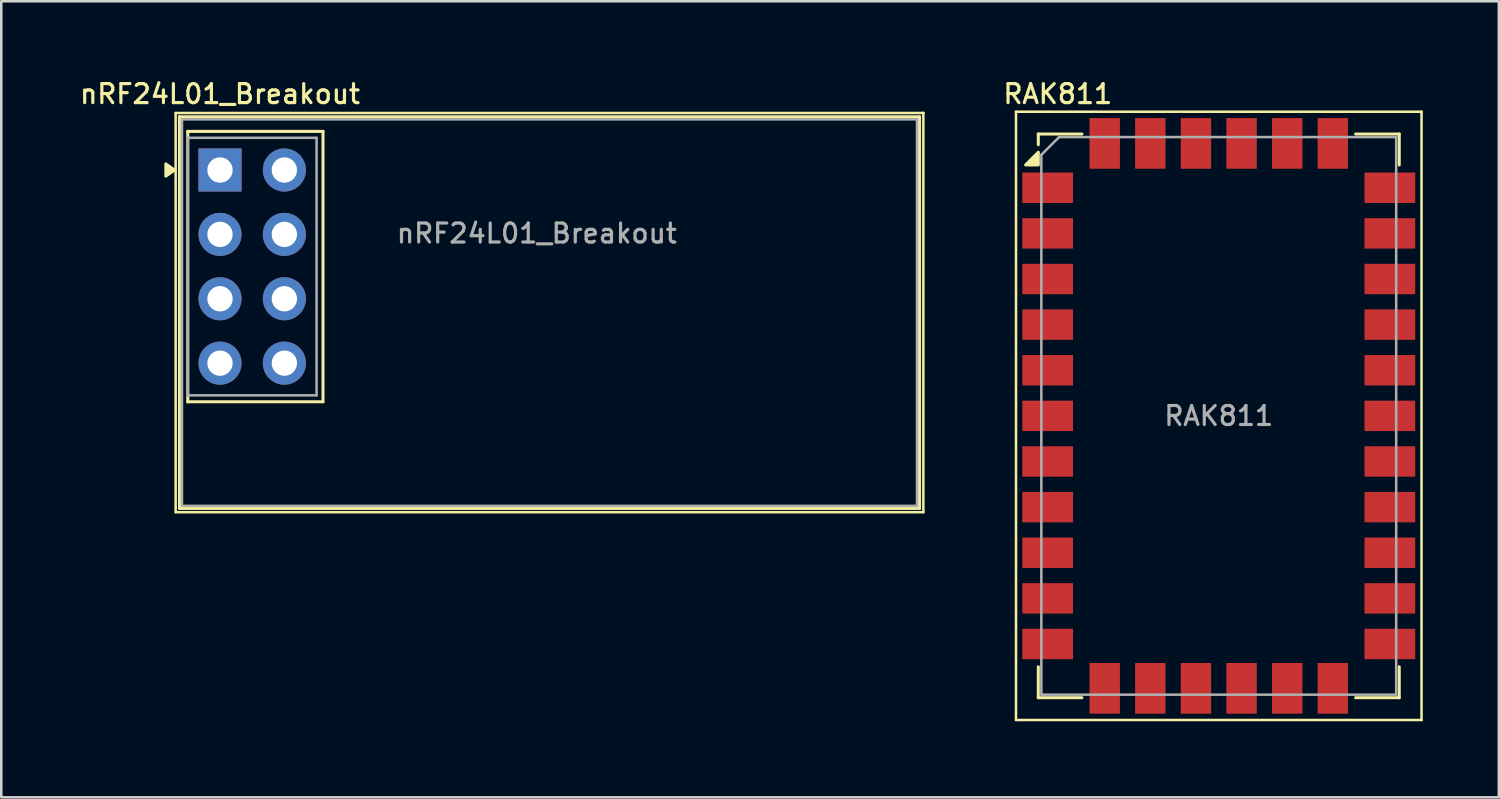
<source format=kicad_pcb>
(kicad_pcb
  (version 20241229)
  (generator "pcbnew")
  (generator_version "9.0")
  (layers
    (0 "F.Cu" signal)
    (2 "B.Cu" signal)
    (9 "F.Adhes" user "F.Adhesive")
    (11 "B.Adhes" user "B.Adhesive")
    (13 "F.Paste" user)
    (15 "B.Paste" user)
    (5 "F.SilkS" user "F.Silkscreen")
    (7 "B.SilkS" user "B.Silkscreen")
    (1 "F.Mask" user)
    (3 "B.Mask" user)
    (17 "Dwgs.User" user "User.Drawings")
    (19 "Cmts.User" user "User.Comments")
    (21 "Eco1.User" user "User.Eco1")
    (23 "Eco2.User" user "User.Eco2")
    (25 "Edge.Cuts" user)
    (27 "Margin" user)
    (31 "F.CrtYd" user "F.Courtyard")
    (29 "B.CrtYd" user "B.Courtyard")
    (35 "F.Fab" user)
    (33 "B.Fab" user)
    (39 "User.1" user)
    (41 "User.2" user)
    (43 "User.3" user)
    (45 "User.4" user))
  (footprint "nRF24L01_Breakout"
    (layer "F.Cu")
    (at 5.63 3.658)
    (property "Reference" "nRF24L01_Breakout" (at 0 -3 0) (layer "F.SilkS") (effects (font (size 0.75 0.75) (thickness 0.125))))
    (attr through_hole)
    (fp_line (start -1.75 -2.25) (end -1.75 13.5) (stroke (width 0.1) (type solid)) (layer "F.SilkS"))
    (fp_line (start -1.75 13.5) (end 27.75 13.5) (stroke (width 0.1) (type solid)) (layer "F.SilkS"))
    (fp_line (start -1.6 -2.1) (end -1.6 -2.1) (stroke (width 0.12) (type solid)) (layer "F.SilkS"))
    (fp_line (start -1.6 -2.1) (end 27.6 -2.1) (stroke (width 0.12) (type solid)) (layer "F.SilkS"))
    (fp_line (start -1.6 13.35) (end -1.6 -2.1) (stroke (width 0.12) (type solid)) (layer "F.SilkS"))
    (fp_line (start -1.27 -1.524) (end -1.27 -1.524) (stroke (width 0.12) (type solid)) (layer "F.SilkS"))
    (fp_line (start -1.27 -1.524) (end 4.064 -1.524) (stroke (width 0.12) (type solid)) (layer "F.SilkS"))
    (fp_line (start -1.27 9.144) (end -1.27 -1.524) (stroke (width 0.12) (type solid)) (layer "F.SilkS"))
    (fp_line (start -1.27 9.144) (end -1.27 9.144) (stroke (width 0.12) (type solid)) (layer "F.SilkS"))
    (fp_line (start 4.064 -1.524) (end 4.064 9.144) (stroke (width 0.12) (type solid)) (layer "F.SilkS"))
    (fp_line (start 4.064 9.144) (end -1.27 9.144) (stroke (width 0.12) (type solid)) (layer "F.SilkS"))
    (fp_line (start 27.6 -2.1) (end 27.6 13.35) (stroke (width 0.12) (type solid)) (layer "F.SilkS"))
    (fp_line (start 27.6 13.35) (end -1.6 13.35) (stroke (width 0.12) (type solid)) (layer "F.SilkS"))
    (fp_line (start 27.75 -2.25) (end -1.75 -2.25) (stroke (width 0.1) (type solid)) (layer "F.SilkS"))
    (fp_line (start 27.75 -2.25) (end 27.75 -2.25) (stroke (width 0.1) (type solid)) (layer "F.SilkS"))
    (fp_line (start 27.75 13.5) (end 27.75 -2.25) (stroke (width 0.1) (type solid)) (layer "F.SilkS"))
    (fp_poly (pts (xy -1.8 0) (xy -2.136 0.24) (xy -2.136 -0.24) (xy -1.8 0)) (stroke (width 0.12) (type solid)) (fill yes) (layer "F.SilkS"))
    (fp_line (start -1.5 -2) (end -1.5 -2) (stroke (width 0.1) (type solid)) (layer "F.Fab"))
    (fp_line (start -1.5 -2) (end 27.5 -2) (stroke (width 0.1) (type solid)) (layer "F.Fab"))
    (fp_line (start -1.5 13.25) (end -1.5 -2) (stroke (width 0.1) (type solid)) (layer "F.Fab"))
    (fp_line (start -1.27 -1.27) (end -1.27 -1.27) (stroke (width 0.1) (type solid)) (layer "F.Fab"))
    (fp_line (start -1.27 -1.27) (end 3.81 -1.27) (stroke (width 0.1) (type solid)) (layer "F.Fab"))
    (fp_line (start -1.27 8.89) (end -1.27 -1.27) (stroke (width 0.1) (type solid)) (layer "F.Fab"))
    (fp_line (start 3.81 -1.27) (end 3.81 8.89) (stroke (width 0.1) (type solid)) (layer "F.Fab"))
    (fp_line (start 3.81 8.89) (end -1.27 8.89) (stroke (width 0.1) (type solid)) (layer "F.Fab"))
    (fp_line (start 27.5 -2) (end 27.5 13.25) (stroke (width 0.1) (type solid)) (layer "F.Fab"))
    (fp_line (start 27.5 13.25) (end -1.5 13.25) (stroke (width 0.1) (type solid)) (layer "F.Fab"))
    (fp_text user "${REFERENCE}" (at 12.5 2.5 0) (layer "F.Fab") (effects (font (size 0.75 0.75) (thickness 0.125))))
    (pad "1" thru_hole rect (at 0 0) (size 1.7 1.7) (drill 1) (layers "*.Cu" "*.Mask"))
    (pad "2" thru_hole circle (at 2.54 0) (size 1.7 1.7) (drill 1) (layers "*.Cu" "*.Mask"))
    (pad "3" thru_hole circle (at 0 2.54) (size 1.7 1.7) (drill 1) (layers "*.Cu" "*.Mask"))
    (pad "4" thru_hole circle (at 2.54 2.54) (size 1.7 1.7) (drill 1) (layers "*.Cu" "*.Mask"))
    (pad "5" thru_hole circle (at 0 5.08) (size 1.7 1.7) (drill 1) (layers "*.Cu" "*.Mask"))
    (pad "6" thru_hole circle (at 2.54 5.08) (size 1.7 1.7) (drill 1) (layers "*.Cu" "*.Mask"))
    (pad "7" thru_hole circle (at 0 7.62) (size 1.7 1.7) (drill 1) (layers "*.Cu" "*.Mask"))
    (pad "8" thru_hole circle (at 2.54 7.62) (size 1.7 1.7) (drill 1) (layers "*.Cu" "*.Mask")))
  (footprint "RAK811"
    (layer "F.Cu")
    (at 45.036 13.358)
    (property "Reference" "RAK811" (at -6.35 -12.7 0) (layer "F.SilkS") (effects (font (size 0.75 0.75) (thickness 0.125))))
    (attr smd)
    (fp_line (start -8 -12) (end -8 12) (stroke (width 0.1) (type solid)) (layer "F.SilkS"))
    (fp_line (start -8 -12) (end 8 -12) (stroke (width 0.1) (type solid)) (layer "F.SilkS"))
    (fp_line (start -8 12) (end 8 12) (stroke (width 0.1) (type solid)) (layer "F.SilkS"))
    (fp_line (start -7.12 -11.12) (end -7.12 -10.7) (stroke (width 0.12) (type solid)) (layer "F.SilkS"))
    (fp_line (start -7.12 -11.12) (end -5.4 -11.12) (stroke (width 0.12) (type solid)) (layer "F.SilkS"))
    (fp_line (start -7.12 11.12) (end -7.12 9.9) (stroke (width 0.12) (type solid)) (layer "F.SilkS"))
    (fp_line (start -5.4 11.12) (end -7.12 11.12) (stroke (width 0.12) (type solid)) (layer "F.SilkS"))
    (fp_line (start 5.4 -11.12) (end 7.12 -11.12) (stroke (width 0.12) (type solid)) (layer "F.SilkS"))
    (fp_line (start 5.4 11.12) (end 7.12 11.12) (stroke (width 0.12) (type solid)) (layer "F.SilkS"))
    (fp_line (start 7.12 -11.12) (end 7.12 -9.9) (stroke (width 0.12) (type solid)) (layer "F.SilkS"))
    (fp_line (start 7.12 9.9) (end 7.12 11.12) (stroke (width 0.12) (type solid)) (layer "F.SilkS"))
    (fp_line (start 8 -12) (end 8 12) (stroke (width 0.1) (type solid)) (layer "F.SilkS"))
    (fp_poly (pts (xy -7.12 -9.9) (xy -7.62 -9.9) (xy -7.12 -10.4) (xy -7.12 -9.9)) (stroke (width 0.12) (type solid)) (fill yes) (layer "F.SilkS"))
    (fp_line (start -7 -10.3) (end -7 11) (stroke (width 0.1) (type solid)) (layer "F.Fab"))
    (fp_line (start -6.3 -11) (end -7 -10.3) (stroke (width 0.1) (type solid)) (layer "F.Fab"))
    (fp_line (start 7 -11) (end -6.3 -11) (stroke (width 0.1) (type solid)) (layer "F.Fab"))
    (fp_line (start 7 -11) (end 7 11) (stroke (width 0.1) (type solid)) (layer "F.Fab"))
    (fp_line (start 7 11) (end -7 11) (stroke (width 0.1) (type solid)) (layer "F.Fab"))
    (fp_text user "${REFERENCE}" (at 0 0 0) (layer "F.Fab") (effects (font (size 0.75 0.75) (thickness 0.125))))
    (pad "1" smd rect (at -6.75 -9) (size 2 1.2) (layers "F.Cu" "F.Mask" "F.Paste"))
    (pad "2" smd rect (at -6.75 -7.2) (size 2 1.2) (layers "F.Cu" "F.Mask" "F.Paste"))
    (pad "3" smd rect (at -6.75 -5.4) (size 2 1.2) (layers "F.Cu" "F.Mask" "F.Paste"))
    (pad "4" smd rect (at -6.75 -3.6) (size 2 1.2) (layers "F.Cu" "F.Mask" "F.Paste"))
    (pad "5" smd rect (at -6.75 -1.8) (size 2 1.2) (layers "F.Cu" "F.Mask" "F.Paste"))
    (pad "6" smd rect (at -6.75 0) (size 2 1.2) (layers "F.Cu" "F.Mask" "F.Paste"))
    (pad "7" smd rect (at -6.75 1.8) (size 2 1.2) (layers "F.Cu" "F.Mask" "F.Paste"))
    (pad "8" smd rect (at -6.75 3.6) (size 2 1.2) (layers "F.Cu" "F.Mask" "F.Paste"))
    (pad "9" smd rect (at -6.75 5.4) (size 2 1.2) (layers "F.Cu" "F.Mask" "F.Paste"))
    (pad "10" smd rect (at -6.75 7.2) (size 2 1.2) (layers "F.Cu" "F.Mask" "F.Paste"))
    (pad "11" smd rect (at -6.75 9) (size 2 1.2) (layers "F.Cu" "F.Mask" "F.Paste"))
    (pad "12" smd rect (at -4.5 10.75) (size 1.2 2) (layers "F.Cu" "F.Mask" "F.Paste"))
    (pad "13" smd rect (at -2.7 10.75) (size 1.2 2) (layers "F.Cu" "F.Mask" "F.Paste"))
    (pad "14" smd rect (at -0.9 10.75) (size 1.2 2) (layers "F.Cu" "F.Mask" "F.Paste"))
    (pad "15" smd rect (at 0.9 10.75) (size 1.2 2) (layers "F.Cu" "F.Mask" "F.Paste"))
    (pad "16" smd rect (at 2.7 10.75) (size 1.2 2) (layers "F.Cu" "F.Mask" "F.Paste"))
    (pad "17" smd rect (at 4.5 10.75) (size 1.2 2) (layers "F.Cu" "F.Mask" "F.Paste"))
    (pad "18" smd rect (at 6.75 9) (size 2 1.2) (layers "F.Cu" "F.Mask" "F.Paste"))
    (pad "19" smd rect (at 6.75 7.2) (size 2 1.2) (layers "F.Cu" "F.Mask" "F.Paste"))
    (pad "20" smd rect (at 6.75 5.4) (size 2 1.2) (layers "F.Cu" "F.Mask" "F.Paste"))
    (pad "21" smd rect (at 6.75 3.6) (size 2 1.2) (layers "F.Cu" "F.Mask" "F.Paste"))
    (pad "22" smd rect (at 6.75 1.8) (size 2 1.2) (layers "F.Cu" "F.Mask" "F.Paste"))
    (pad "23" smd rect (at 6.75 0) (size 2 1.2) (layers "F.Cu" "F.Mask" "F.Paste"))
    (pad "24" smd rect (at 6.75 -1.8) (size 2 1.2) (layers "F.Cu" "F.Mask" "F.Paste"))
    (pad "25" smd rect (at 6.75 -3.6) (size 2 1.2) (layers "F.Cu" "F.Mask" "F.Paste"))
    (pad "26" smd rect (at 6.75 -5.4) (size 2 1.2) (layers "F.Cu" "F.Mask" "F.Paste"))
    (pad "27" smd rect (at 6.75 -7.2) (size 2 1.2) (layers "F.Cu" "F.Mask" "F.Paste"))
    (pad "28" smd rect (at 6.75 -9) (size 2 1.2) (layers "F.Cu" "F.Mask" "F.Paste"))
    (pad "29" smd rect (at 4.5 -10.75) (size 1.2 2) (layers "F.Cu" "F.Mask" "F.Paste"))
    (pad "30" smd rect (at 2.7 -10.75) (size 1.2 2) (layers "F.Cu" "F.Mask" "F.Paste"))
    (pad "31" smd rect (at 0.9 -10.75) (size 1.2 2) (layers "F.Cu" "F.Mask" "F.Paste"))
    (pad "32" smd rect (at -0.9 -10.75) (size 1.2 2) (layers "F.Cu" "F.Mask" "F.Paste"))
    (pad "33" smd rect (at -2.7 -10.75) (size 1.2 2) (layers "F.Cu" "F.Mask" "F.Paste"))
    (pad "34" smd rect (at -4.5 -10.75) (size 1.2 2) (layers "F.Cu" "F.Mask" "F.Paste")))
  (gr_rect
    (start -3 -3)
    (end 56.086 28.408)
    (stroke (width 0.1) (type default))
    (fill no)
    (layer "Edge.Cuts")))
</source>
